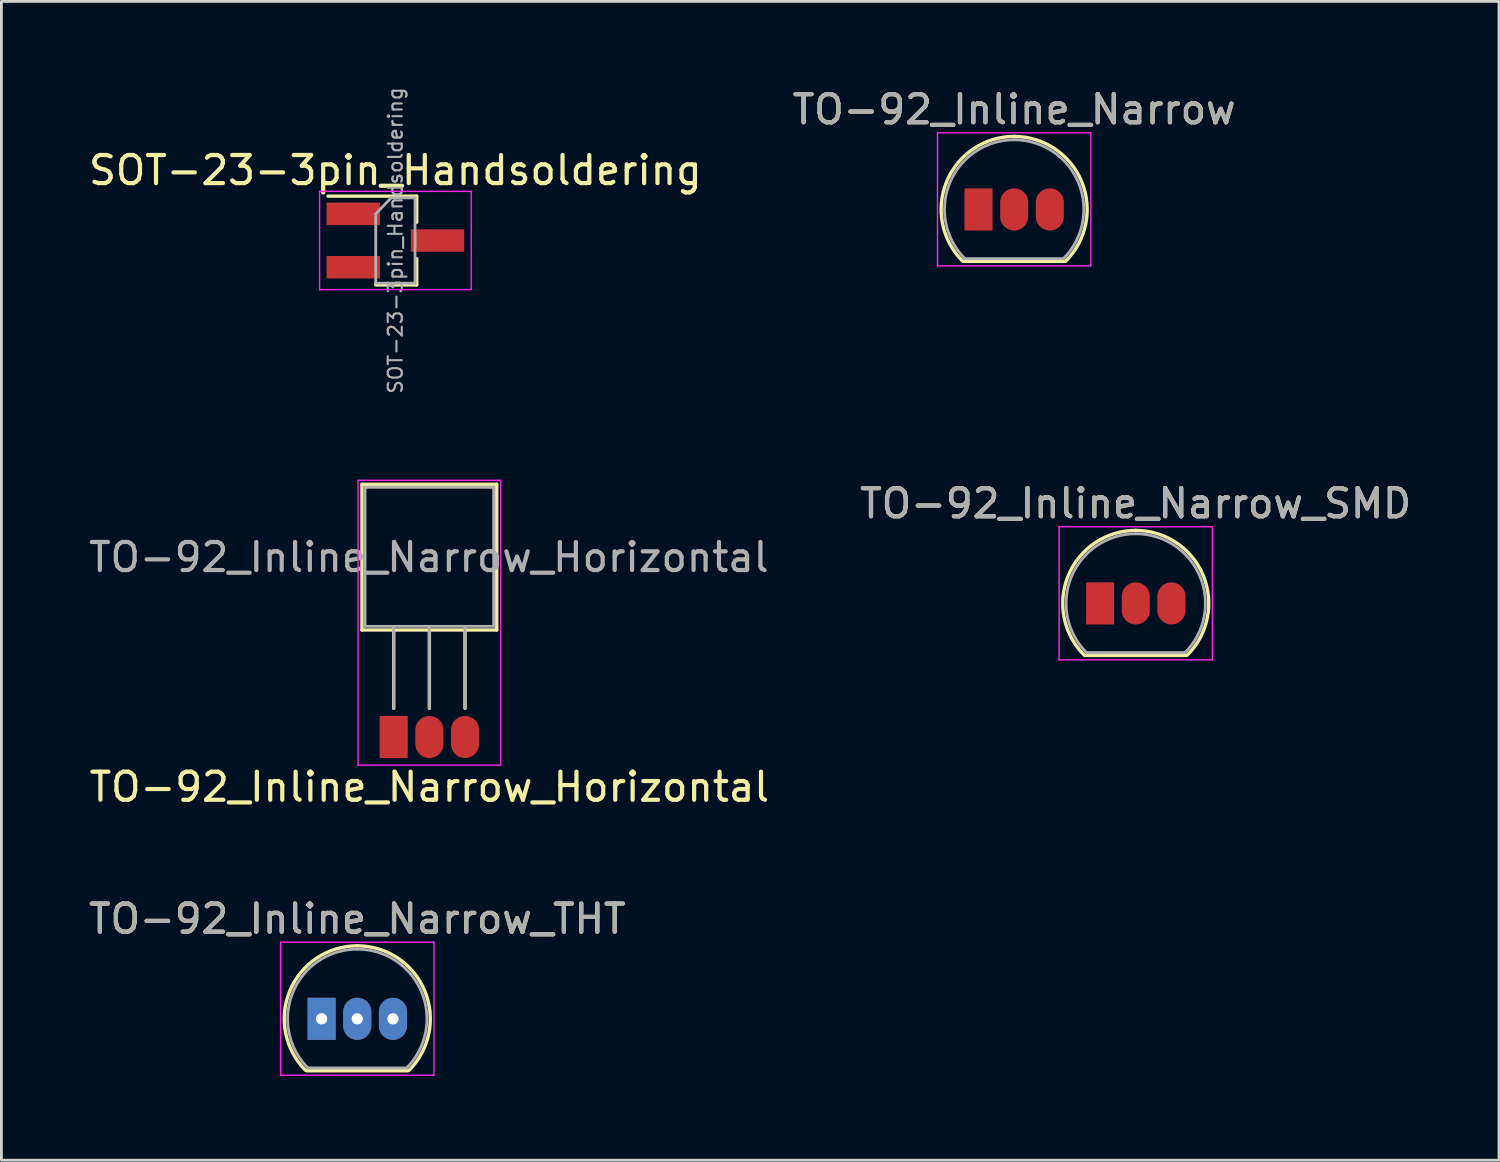
<source format=kicad_pcb>
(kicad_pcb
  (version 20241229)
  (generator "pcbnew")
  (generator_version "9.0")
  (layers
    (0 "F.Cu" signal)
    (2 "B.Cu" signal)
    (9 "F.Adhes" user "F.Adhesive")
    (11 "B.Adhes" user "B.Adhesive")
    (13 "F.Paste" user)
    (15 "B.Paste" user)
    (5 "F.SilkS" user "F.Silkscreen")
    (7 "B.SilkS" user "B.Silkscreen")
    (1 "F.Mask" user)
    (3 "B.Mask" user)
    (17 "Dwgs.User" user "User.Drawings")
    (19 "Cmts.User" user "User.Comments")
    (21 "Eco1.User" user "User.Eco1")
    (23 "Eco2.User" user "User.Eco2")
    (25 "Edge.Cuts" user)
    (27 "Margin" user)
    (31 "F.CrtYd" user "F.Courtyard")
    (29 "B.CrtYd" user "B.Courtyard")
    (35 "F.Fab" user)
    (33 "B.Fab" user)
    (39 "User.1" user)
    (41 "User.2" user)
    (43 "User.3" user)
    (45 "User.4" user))
  (footprint "TO-92_Inline_Narrow_SMD"
    (layer "F.Cu")
    (at 36.125 18.438)
    (property "Reference" "TO-92_Inline_Narrow_SMD" (at 1.27 -3.56 0) (layer "F.SilkS") (effects (font (size 1 1) (thickness 0.15))))
    (attr through_hole)
    (fp_line (start -0.53 1.85) (end 3.07 1.85) (stroke (width 0.12) (type solid)) (layer "F.SilkS"))
    (fp_arc (start -0.568478 1.838478) (mid -1.132087 -0.994977) (end 1.27 -2.6) (stroke (width 0.12) (type solid)) (layer "F.SilkS"))
    (fp_arc (start 1.27 -2.6) (mid 3.672087 -0.994977) (end 3.108478 1.838478) (stroke (width 0.12) (type solid)) (layer "F.SilkS"))
    (fp_line (start -1.46 -2.73) (end -1.46 2.01) (stroke (width 0.05) (type solid)) (layer "F.CrtYd"))
    (fp_line (start -1.46 -2.73) (end 4 -2.73) (stroke (width 0.05) (type solid)) (layer "F.CrtYd"))
    (fp_line (start 4 2.01) (end -1.46 2.01) (stroke (width 0.05) (type solid)) (layer "F.CrtYd"))
    (fp_line (start 4 2.01) (end 4 -2.73) (stroke (width 0.05) (type solid)) (layer "F.CrtYd"))
    (fp_line (start -0.5 1.75) (end 3 1.75) (stroke (width 0.1) (type solid)) (layer "F.Fab"))
    (fp_arc (start -0.483625 1.753625) (mid -1.021221 -0.949055) (end 1.27 -2.48) (stroke (width 0.1) (type solid)) (layer "F.Fab"))
    (fp_arc (start 1.27 -2.48) (mid 3.561221 -0.949055) (end 3.023625 1.753625) (stroke (width 0.1) (type solid)) (layer "F.Fab"))
    (fp_text user "${REFERENCE}" (at 1.27 -3.56 0) (layer "F.Fab") (effects (font (size 1 1) (thickness 0.15))))
    (pad "1" smd rect (at 0 0) (size 1 1.5) (layers "F.Cu" "F.Mask" "F.Paste"))
    (pad "2" smd oval (at 1.27 0) (size 1 1.5) (layers "F.Cu" "F.Mask" "F.Paste"))
    (pad "3" smd oval (at 2.54 0) (size 1 1.5) (layers "F.Cu" "F.Mask" "F.Paste")))
  (footprint "SOT-23-3pin_Handsoldering"
    (layer "F.Cu")
    (at 11.03 5.515)
    (property "Reference" "SOT-23-3pin_Handsoldering" (at 0 -2.5 0) (layer "F.SilkS") (effects (font (size 1 1) (thickness 0.15))))
    (attr smd)
    (fp_line (start 0.76 -1.58) (end -2.4 -1.58) (stroke (width 0.12) (type solid)) (layer "F.SilkS"))
    (fp_line (start 0.76 -1.58) (end 0.76 -0.65) (stroke (width 0.12) (type solid)) (layer "F.SilkS"))
    (fp_line (start 0.76 1.58) (end -0.7 1.58) (stroke (width 0.12) (type solid)) (layer "F.SilkS"))
    (fp_line (start 0.76 1.58) (end 0.76 0.65) (stroke (width 0.12) (type solid)) (layer "F.SilkS"))
    (fp_line (start -2.7 -1.75) (end 2.7 -1.75) (stroke (width 0.05) (type solid)) (layer "F.CrtYd"))
    (fp_line (start -2.7 1.75) (end -2.7 -1.75) (stroke (width 0.05) (type solid)) (layer "F.CrtYd"))
    (fp_line (start 2.7 -1.75) (end 2.7 1.75) (stroke (width 0.05) (type solid)) (layer "F.CrtYd"))
    (fp_line (start 2.7 1.75) (end -2.7 1.75) (stroke (width 0.05) (type solid)) (layer "F.CrtYd"))
    (fp_line (start -0.7 -0.95) (end -0.7 1.5) (stroke (width 0.1) (type solid)) (layer "F.Fab"))
    (fp_line (start -0.7 -0.95) (end -0.15 -1.52) (stroke (width 0.1) (type solid)) (layer "F.Fab"))
    (fp_line (start -0.7 1.52) (end 0.7 1.52) (stroke (width 0.1) (type solid)) (layer "F.Fab"))
    (fp_line (start -0.15 -1.52) (end 0.7 -1.52) (stroke (width 0.1) (type solid)) (layer "F.Fab"))
    (fp_line (start 0.7 -1.52) (end 0.7 1.52) (stroke (width 0.1) (type solid)) (layer "F.Fab"))
    (fp_text user "${REFERENCE}" (at 0 0 90) (layer "F.Fab") (effects (font (size 0.5 0.5) (thickness 0.075))))
    (pad "1" smd rect (at -1.5 -0.95) (size 1.9 0.8) (layers "F.Cu" "F.Mask" "F.Paste"))
    (pad "2" smd rect (at -1.5 0.95) (size 1.9 0.8) (layers "F.Cu" "F.Mask" "F.Paste"))
    (pad "3" smd rect (at 1.5 0) (size 1.9 0.8) (layers "F.Cu" "F.Mask" "F.Paste")))
  (footprint "TO-92_Inline_Narrow"
    (layer "F.Cu")
    (at 31.795 4.408)
    (property "Reference" "TO-92_Inline_Narrow" (at 1.27 -3.56 0) (layer "F.SilkS") (effects (font (size 1 1) (thickness 0.15))))
    (attr through_hole)
    (fp_line (start -0.53 1.85) (end 3.07 1.85) (stroke (width 0.12) (type solid)) (layer "F.SilkS"))
    (fp_arc (start -0.568478 1.838478) (mid -1.132087 -0.994977) (end 1.27 -2.6) (stroke (width 0.12) (type solid)) (layer "F.SilkS"))
    (fp_arc (start 1.27 -2.6) (mid 3.672087 -0.994977) (end 3.108478 1.838478) (stroke (width 0.12) (type solid)) (layer "F.SilkS"))
    (fp_line (start -1.46 -2.73) (end -1.46 2.01) (stroke (width 0.05) (type solid)) (layer "F.CrtYd"))
    (fp_line (start -1.46 -2.73) (end 4 -2.73) (stroke (width 0.05) (type solid)) (layer "F.CrtYd"))
    (fp_line (start 4 2.01) (end -1.46 2.01) (stroke (width 0.05) (type solid)) (layer "F.CrtYd"))
    (fp_line (start 4 2.01) (end 4 -2.73) (stroke (width 0.05) (type solid)) (layer "F.CrtYd"))
    (fp_line (start -0.5 1.75) (end 3 1.75) (stroke (width 0.1) (type solid)) (layer "F.Fab"))
    (fp_arc (start -0.483625 1.753625) (mid -1.021221 -0.949055) (end 1.27 -2.48) (stroke (width 0.1) (type solid)) (layer "F.Fab"))
    (fp_arc (start 1.27 -2.48) (mid 3.561221 -0.949055) (end 3.023625 1.753625) (stroke (width 0.1) (type solid)) (layer "F.Fab"))
    (fp_text user "${REFERENCE}" (at 1.27 -3.56 0) (layer "F.Fab") (effects (font (size 1 1) (thickness 0.15))))
    (pad "1" smd rect (at 0 0) (size 1 1.5) (layers "F.Cu" "F.Mask" "F.Paste"))
    (pad "2" smd oval (at 1.27 0) (size 1 1.5) (layers "F.Cu" "F.Mask" "F.Paste"))
    (pad "3" smd oval (at 2.54 0) (size 1 1.5) (layers "F.Cu" "F.Mask" "F.Paste")))
  (footprint "TO-92_Inline_Narrow_THT"
    (layer "F.Cu")
    (at 8.403 33.231)
    (property "Reference" "TO-92_Inline_Narrow_THT" (at 1.27 -3.56 0) (layer "F.SilkS") (effects (font (size 1 1) (thickness 0.15))))
    (attr through_hole)
    (fp_line (start -0.53 1.85) (end 3.07 1.85) (stroke (width 0.12) (type solid)) (layer "F.SilkS"))
    (fp_arc (start -0.568478 1.838478) (mid -1.132087 -0.994977) (end 1.27 -2.6) (stroke (width 0.12) (type solid)) (layer "F.SilkS"))
    (fp_arc (start 1.27 -2.6) (mid 3.672087 -0.994977) (end 3.108478 1.838478) (stroke (width 0.12) (type solid)) (layer "F.SilkS"))
    (fp_line (start -1.46 -2.73) (end -1.46 2.01) (stroke (width 0.05) (type solid)) (layer "F.CrtYd"))
    (fp_line (start -1.46 -2.73) (end 4 -2.73) (stroke (width 0.05) (type solid)) (layer "F.CrtYd"))
    (fp_line (start 4 2.01) (end -1.46 2.01) (stroke (width 0.05) (type solid)) (layer "F.CrtYd"))
    (fp_line (start 4 2.01) (end 4 -2.73) (stroke (width 0.05) (type solid)) (layer "F.CrtYd"))
    (fp_line (start -0.5 1.75) (end 3 1.75) (stroke (width 0.1) (type solid)) (layer "F.Fab"))
    (fp_arc (start -0.483625 1.753625) (mid -1.021221 -0.949055) (end 1.27 -2.48) (stroke (width 0.1) (type solid)) (layer "F.Fab"))
    (fp_arc (start 1.27 -2.48) (mid 3.561221 -0.949055) (end 3.023625 1.753625) (stroke (width 0.1) (type solid)) (layer "F.Fab"))
    (fp_text user "${REFERENCE}" (at 1.27 -3.56 0) (layer "F.Fab") (effects (font (size 1 1) (thickness 0.15))))
    (pad "1" thru_hole rect (at 0 0) (size 1 1.5) (drill 0.4) (layers "*.Cu" "*.Mask"))
    (pad "2" thru_hole oval (at 1.27 0) (size 1 1.5) (drill 0.4) (layers "*.Cu" "*.Mask"))
    (pad "3" thru_hole oval (at 2.54 0) (size 1 1.5) (drill 0.4) (layers "*.Cu" "*.Mask")))
  (footprint "TO-92_Inline_Narrow_Horizontal"
    (layer "F.Cu")
    (at 10.97 23.195)
    (property "Reference" "TO-92_Inline_Narrow_Horizontal" (at 1.27 1.78 0) (layer "F.SilkS") (effects (font (size 1 1) (thickness 0.15))))
    (attr through_hole)
    (fp_line (start -1.13 -9) (end -1.13 -3.81) (stroke (width 0.12) (type solid)) (layer "F.SilkS"))
    (fp_line (start -1.13 -3.81) (end 3.67 -3.81) (stroke (width 0.12) (type solid)) (layer "F.SilkS"))
    (fp_line (start 0 -1.02) (end 0 -3.81) (stroke (width 0.12) (type solid)) (layer "F.SilkS"))
    (fp_line (start 1.27 -1.02) (end 1.27 -3.81) (stroke (width 0.12) (type solid)) (layer "F.SilkS"))
    (fp_line (start 2.54 -1.02) (end 2.54 -3.81) (stroke (width 0.12) (type solid)) (layer "F.SilkS"))
    (fp_line (start 3.67 -9) (end -1.13 -9) (stroke (width 0.12) (type solid)) (layer "F.SilkS"))
    (fp_line (start 3.67 -3.81) (end 3.67 -9) (stroke (width 0.12) (type solid)) (layer "F.SilkS"))
    (fp_line (start -1.27 -9.14) (end -1.27 1) (stroke (width 0.05) (type solid)) (layer "F.CrtYd"))
    (fp_line (start -1.27 -9.14) (end 3.81 -9.14) (stroke (width 0.05) (type solid)) (layer "F.CrtYd"))
    (fp_line (start 3.81 1) (end -1.27 1) (stroke (width 0.05) (type solid)) (layer "F.CrtYd"))
    (fp_line (start 3.81 1) (end 3.81 -9.14) (stroke (width 0.05) (type solid)) (layer "F.CrtYd"))
    (fp_line (start -1.02 -8.89) (end -1.02 -3.94) (stroke (width 0.1) (type solid)) (layer "F.Fab"))
    (fp_line (start -1.02 -3.94) (end 3.56 -3.94) (stroke (width 0.1) (type solid)) (layer "F.Fab"))
    (fp_line (start 0 -3.94) (end 0 -1.02) (stroke (width 0.1) (type solid)) (layer "F.Fab"))
    (fp_line (start 1.27 -3.94) (end 1.27 -1.02) (stroke (width 0.1) (type solid)) (layer "F.Fab"))
    (fp_line (start 2.54 -3.94) (end 2.54 -1.02) (stroke (width 0.1) (type solid)) (layer "F.Fab"))
    (fp_line (start 3.56 -8.89) (end -1.02 -8.89) (stroke (width 0.1) (type solid)) (layer "F.Fab"))
    (fp_line (start 3.56 -3.94) (end 3.56 -8.89) (stroke (width 0.1) (type solid)) (layer "F.Fab"))
    (fp_text user "${REFERENCE}" (at 1.25 -6.4 0) (layer "F.Fab") (effects (font (size 1 1) (thickness 0.15))))
    (pad "1" smd rect (at 0 0) (size 1 1.5) (layers "F.Cu" "F.Mask" "F.Paste"))
    (pad "2" smd oval (at 1.27 0) (size 1 1.5) (layers "F.Cu" "F.Mask" "F.Paste"))
    (pad "3" smd oval (at 2.54 0) (size 1 1.5) (layers "F.Cu" "F.Mask" "F.Paste")))
  (gr_rect
    (start -3 -3)
    (end 50.33 38.266)
    (stroke (width 0.1) (type default))
    (fill no)
    (layer "Edge.Cuts")))
</source>
